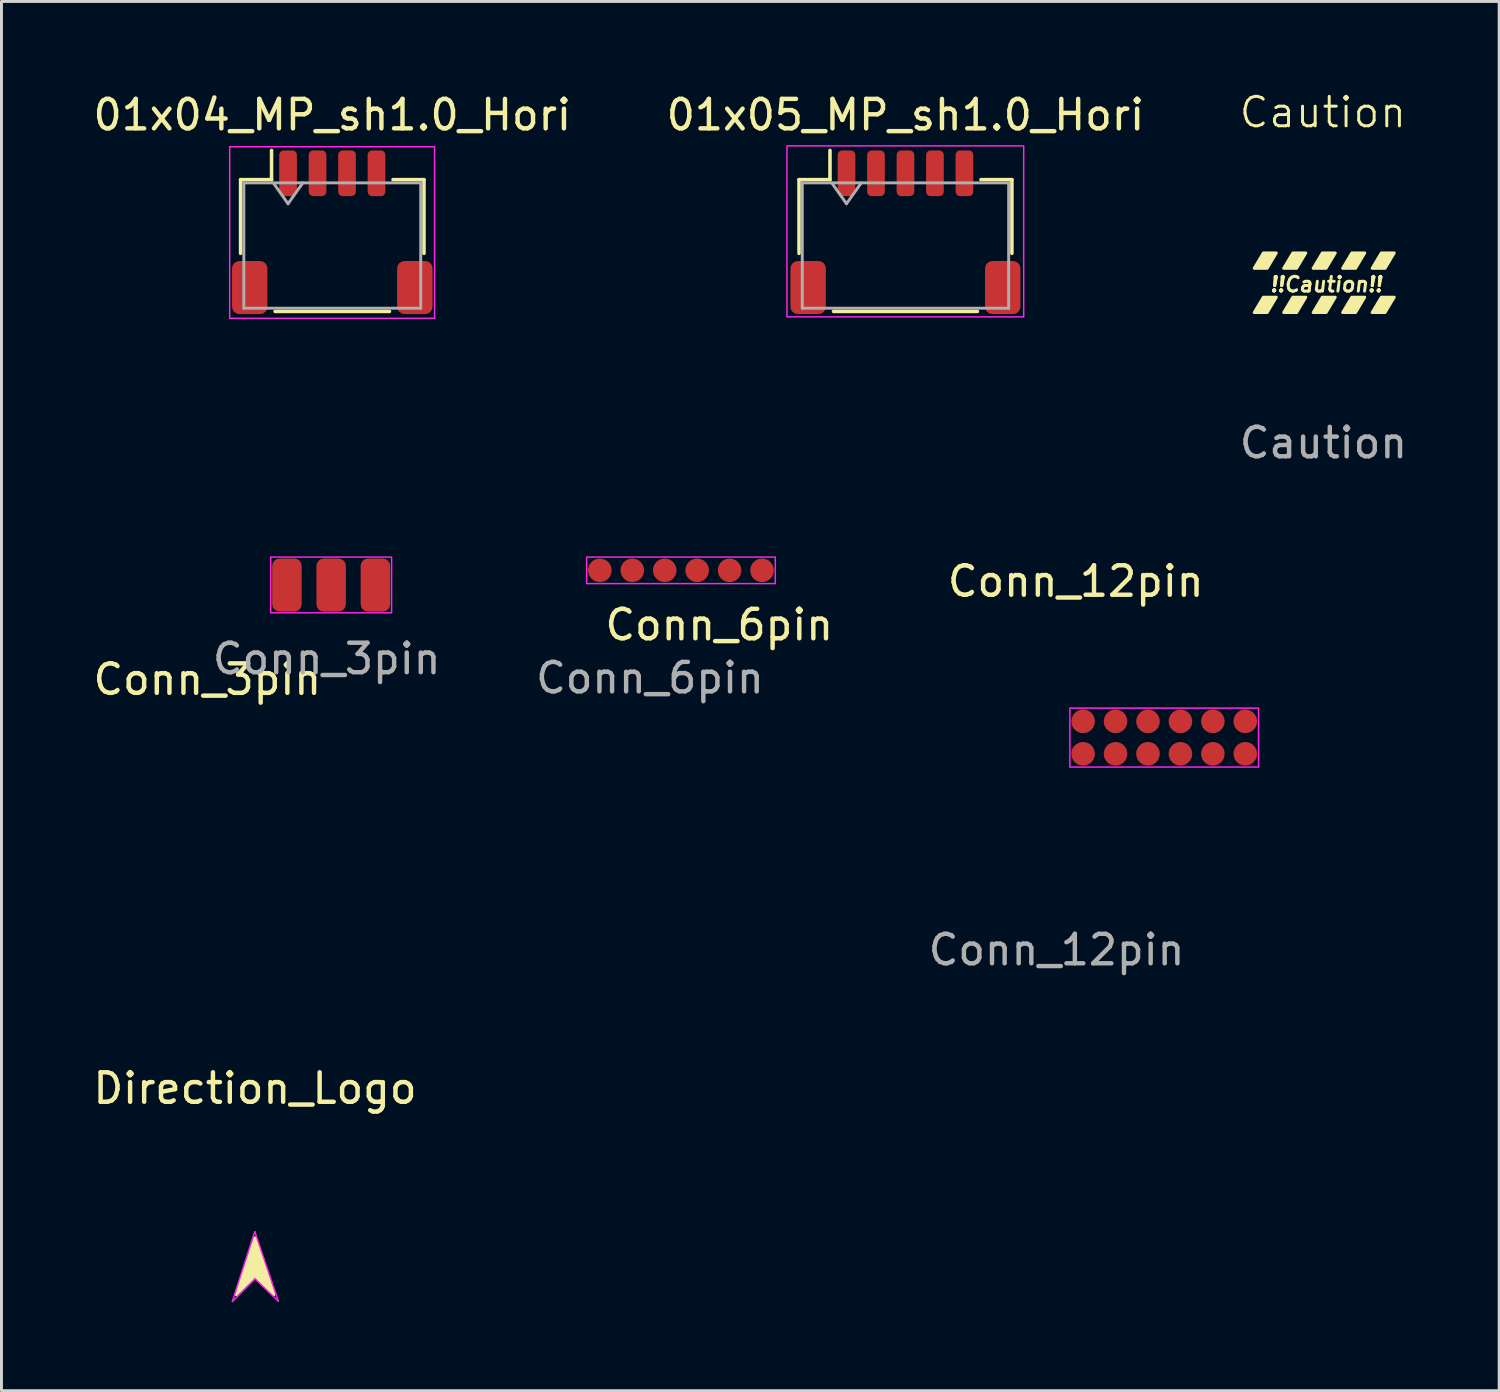
<source format=kicad_pcb>
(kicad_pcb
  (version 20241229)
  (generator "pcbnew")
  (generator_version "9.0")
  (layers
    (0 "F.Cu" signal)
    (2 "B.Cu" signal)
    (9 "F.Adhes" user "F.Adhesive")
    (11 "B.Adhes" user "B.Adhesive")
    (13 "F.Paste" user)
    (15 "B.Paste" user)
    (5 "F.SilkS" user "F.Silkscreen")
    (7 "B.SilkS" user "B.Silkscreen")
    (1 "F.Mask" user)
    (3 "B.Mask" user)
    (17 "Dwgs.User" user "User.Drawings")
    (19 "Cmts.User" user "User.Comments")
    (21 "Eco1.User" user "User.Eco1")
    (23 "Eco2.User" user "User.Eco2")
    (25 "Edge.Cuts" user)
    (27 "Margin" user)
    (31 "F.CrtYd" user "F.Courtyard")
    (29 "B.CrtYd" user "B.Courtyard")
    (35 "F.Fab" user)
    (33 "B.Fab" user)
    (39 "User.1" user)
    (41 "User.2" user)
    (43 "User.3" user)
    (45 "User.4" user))
  (footprint "Conn_6pin"
    (layer "F.Cu")
    (at 20.046 16.294)
    (property "Reference" "Conn_6pin" (at 1.3 1.85 0) (unlocked yes) (layer "F.SilkS") (effects (font (size 1 1) (thickness 0.15))))
    (attr smd)
    (fp_rect (start -3.2 -0.45) (end 3.2 0.45) (stroke (width 0.05) (type solid)) (fill no) (layer "F.CrtYd"))
    (fp_text user "${REFERENCE}" (at -1.05 3.65 0) (unlocked yes) (layer "F.Fab") (effects (font (size 1 1) (thickness 0.15))))
    (pad "1" smd circle (at -2.75 0) (size 0.8 0.8) (layers "F.Cu" "F.Mask" "F.Paste"))
    (pad "2" smd circle (at -1.65 0) (size 0.8 0.8) (layers "F.Cu" "F.Mask" "F.Paste"))
    (pad "3" smd circle (at -0.55 0) (size 0.8 0.8) (layers "F.Cu" "F.Mask" "F.Paste"))
    (pad "4" smd circle (at 0.55 0) (size 0.8 0.8) (layers "F.Cu" "F.Mask" "F.Paste"))
    (pad "5" smd circle (at 1.65 0) (size 0.8 0.8) (layers "F.Cu" "F.Mask" "F.Paste"))
    (pad "6" smd circle (at 2.75 0) (size 0.8 0.8) (layers "F.Cu" "F.Mask" "F.Paste")))
  (footprint "Conn_12pin"
    (layer "F.Cu")
    (at 33.687 21.417)
    (property "Reference" "Conn_12pin" (at -0.25 -4.75 0) (unlocked yes) (layer "F.SilkS") (effects (font (size 1 1) (thickness 0.15))))
    (attr smd)
    (fp_rect (start -0.45 -0.45) (end 5.95 1.55) (stroke (width 0.05) (type solid)) (fill no) (layer "F.CrtYd"))
    (fp_text user "${REFERENCE}" (at -0.9 7.75 0) (unlocked yes) (layer "F.Fab") (effects (font (size 1 1) (thickness 0.15))))
    (pad "1" smd circle (at 0 0) (size 0.8 0.8) (layers "F.Cu" "F.Mask" "F.Paste"))
    (pad "2" smd circle (at 1.1 0) (size 0.8 0.8) (layers "F.Cu" "F.Mask" "F.Paste"))
    (pad "3" smd circle (at 2.2 0) (size 0.8 0.8) (layers "F.Cu" "F.Mask" "F.Paste"))
    (pad "4" smd circle (at 3.3 0) (size 0.8 0.8) (layers "F.Cu" "F.Mask" "F.Paste"))
    (pad "5" smd circle (at 4.4 0) (size 0.8 0.8) (layers "F.Cu" "F.Mask" "F.Paste"))
    (pad "6" smd circle (at 5.5 0) (size 0.8 0.8) (layers "F.Cu" "F.Mask" "F.Paste"))
    (pad "7" smd circle (at 0 1.1) (size 0.8 0.8) (layers "F.Cu" "F.Mask" "F.Paste"))
    (pad "8" smd circle (at 1.1 1.1) (size 0.8 0.8) (layers "F.Cu" "F.Mask" "F.Paste"))
    (pad "9" smd circle (at 2.2 1.1) (size 0.8 0.8) (layers "F.Cu" "F.Mask" "F.Paste"))
    (pad "10" smd circle (at 3.3 1.1) (size 0.8 0.8) (layers "F.Cu" "F.Mask" "F.Paste"))
    (pad "11" smd circle (at 4.4 1.1) (size 0.8 0.8) (layers "F.Cu" "F.Mask" "F.Paste"))
    (pad "12" smd circle (at 5.5 1.1) (size 0.8 0.8) (layers "F.Cu" "F.Mask" "F.Paste")))
  (footprint "01x04_MP_sh1.0_Hori"
    (layer "F.Cu")
    (at 8.22 4.828)
    (property "Reference" "01x04_MP_sh1.0_Hori" (at 0 -3.98 0) (layer "F.SilkS") (effects (font (size 1 1) (thickness 0.15))))
    (attr smd)
    (fp_line (start -3.11 -1.785) (end -2.06 -1.785) (stroke (width 0.12) (type solid)) (layer "F.SilkS"))
    (fp_line (start -3.11 0.715) (end -3.11 -1.785) (stroke (width 0.12) (type solid)) (layer "F.SilkS"))
    (fp_line (start -2.06 -1.785) (end -2.06 -2.775) (stroke (width 0.12) (type solid)) (layer "F.SilkS"))
    (fp_line (start -1.94 2.685) (end 1.94 2.685) (stroke (width 0.12) (type solid)) (layer "F.SilkS"))
    (fp_line (start 3.11 -1.785) (end 2.06 -1.785) (stroke (width 0.12) (type solid)) (layer "F.SilkS"))
    (fp_line (start 3.11 0.715) (end 3.11 -1.785) (stroke (width 0.12) (type solid)) (layer "F.SilkS"))
    (fp_rect (start -3.48 -2.9) (end 3.47 2.92) (stroke (width 0.05) (type default)) (fill no) (layer "F.CrtYd"))
    (fp_line (start -3 -1.675) (end -3 2.575) (stroke (width 0.1) (type solid)) (layer "F.Fab"))
    (fp_line (start -3 -1.675) (end 3 -1.675) (stroke (width 0.1) (type solid)) (layer "F.Fab"))
    (fp_line (start -3 2.575) (end 3 2.575) (stroke (width 0.1) (type solid)) (layer "F.Fab"))
    (fp_line (start -2 -1.675) (end -1.5 -0.968) (stroke (width 0.1) (type solid)) (layer "F.Fab"))
    (fp_line (start -1.5 -0.968) (end -1 -1.675) (stroke (width 0.1) (type solid)) (layer "F.Fab"))
    (fp_line (start 3 -1.675) (end 3 2.575) (stroke (width 0.1) (type solid)) (layer "F.Fab"))
    (pad "1" smd roundrect (at -1.5 -2) (size 0.6 1.55) (layers "F.Cu" "F.Mask" "F.Paste") (roundrect_rratio 0.25))
    (pad "2" smd roundrect (at -0.5 -2) (size 0.6 1.55) (layers "F.Cu" "F.Mask" "F.Paste") (roundrect_rratio 0.25))
    (pad "3" smd roundrect (at 0.5 -2) (size 0.6 1.55) (layers "F.Cu" "F.Mask" "F.Paste") (roundrect_rratio 0.25))
    (pad "4" smd roundrect (at 1.5 -2) (size 0.6 1.55) (layers "F.Cu" "F.Mask" "F.Paste") (roundrect_rratio 0.25))
    (pad "MP" smd roundrect (at -2.8 1.875) (size 1.2 1.8) (layers "F.Cu" "F.Mask" "F.Paste") (roundrect_rratio 0.208))
    (pad "MP" smd roundrect (at 2.8 1.875) (size 1.2 1.8) (layers "F.Cu" "F.Mask" "F.Paste") (roundrect_rratio 0.208)))
  (footprint "Direction_Logo"
    (layer "F.Cu")
    (at 5.601 40.214)
    (property "Reference" "Direction_Logo" (at 0 -6.35 0) (unlocked yes) (layer "F.SilkS") (effects (font (size 1 1) (thickness 0.15))))
    (attr exclude_from_bom allow_missing_courtyard)
    (fp_poly (pts (xy 0.635 0.635) (xy 0 0) (xy -0.635 0.635) (xy 0 -1.27)) (stroke (width 0.12) (type solid)) (fill yes) (layer "F.SilkS"))
    (fp_line (start -0.77 0.88) (end -0.01 -1.49) (stroke (width 0.05) (type solid)) (layer "F.CrtYd"))
    (fp_line (start -0.01 -1.49) (end 0.79 0.87) (stroke (width 0.05) (type solid)) (layer "F.CrtYd"))
    (fp_line (start 0 0.11) (end -0.77 0.88) (stroke (width 0.05) (type solid)) (layer "F.CrtYd"))
    (fp_line (start 0.79 0.87) (end 0 0.11) (stroke (width 0.05) (type solid)) (layer "F.CrtYd")))
  (footprint "Caution"
    (layer "F.Cu")
    (at 41.759 6.59)
    (property "Reference" "Caution" (at 0.06 -5.83 0) (unlocked yes) (layer "F.SilkS") (effects (font (size 1 1) (thickness 0.1))))
    (fp_poly (pts (xy -1.83 -0.54) (xy -2.27 -0.54) (xy -1.96 -1.06) (xy -1.52 -1.06)) (stroke (width 0.1) (type solid)) (fill yes) (layer "F.SilkS"))
    (fp_poly (pts (xy -1.83 0.96) (xy -2.27 0.96) (xy -1.96 0.44) (xy -1.52 0.44)) (stroke (width 0.1) (type solid)) (fill yes) (layer "F.SilkS"))
    (fp_poly (pts (xy -0.83 -0.54) (xy -1.27 -0.54) (xy -0.96 -1.06) (xy -0.52 -1.06)) (stroke (width 0.1) (type solid)) (fill yes) (layer "F.SilkS"))
    (fp_poly (pts (xy -0.83 0.96) (xy -1.27 0.96) (xy -0.96 0.44) (xy -0.52 0.44)) (stroke (width 0.1) (type solid)) (fill yes) (layer "F.SilkS"))
    (fp_poly (pts (xy 0.17 -0.54) (xy -0.27 -0.54) (xy 0.04 -1.06) (xy 0.48 -1.06)) (stroke (width 0.1) (type solid)) (fill yes) (layer "F.SilkS"))
    (fp_poly (pts (xy 0.17 0.96) (xy -0.27 0.96) (xy 0.04 0.44) (xy 0.48 0.44)) (stroke (width 0.1) (type solid)) (fill yes) (layer "F.SilkS"))
    (fp_poly (pts (xy 1.17 -0.54) (xy 0.73 -0.54) (xy 1.04 -1.06) (xy 1.48 -1.06)) (stroke (width 0.1) (type solid)) (fill yes) (layer "F.SilkS"))
    (fp_poly (pts (xy 1.17 0.96) (xy 0.73 0.96) (xy 1.04 0.44) (xy 1.48 0.44)) (stroke (width 0.1) (type solid)) (fill yes) (layer "F.SilkS"))
    (fp_poly (pts (xy 2.17 -0.54) (xy 1.73 -0.54) (xy 2.04 -1.06) (xy 2.48 -1.06)) (stroke (width 0.1) (type solid)) (fill yes) (layer "F.SilkS"))
    (fp_poly (pts (xy 2.17 0.96) (xy 1.73 0.96) (xy 2.04 0.44) (xy 2.48 0.44)) (stroke (width 0.1) (type solid)) (fill yes) (layer "F.SilkS"))
    (fp_text user "!!Caution!!" (at -1.78 0.3 0) (unlocked yes) (layer "F.SilkS") (effects (font (size 0.5 0.5) (thickness 0.1) (bold yes) (italic yes)) (justify left bottom)))
    (fp_text user "${REFERENCE}" (at 0.08 5.38 0) (unlocked yes) (layer "F.Fab") (effects (font (size 1 1) (thickness 0.15)))))
  (footprint "Conn_3pin"
    (layer "F.Cu")
    (at 8.032 16.794)
    (property "Reference" "Conn_3pin" (at -4.05 3.2 0) (unlocked yes) (layer "F.SilkS") (effects (font (size 1 1) (thickness 0.15))))
    (attr smd exclude_from_bom)
    (fp_rect (start -1.9 -0.95) (end 2.2 0.94) (stroke (width 0.05) (type solid)) (fill no) (layer "F.CrtYd"))
    (fp_text user "${REFERENCE}" (at 0 2.5 0) (unlocked yes) (layer "F.Fab") (effects (font (size 1 1) (thickness 0.15))))
    (pad "1" smd roundrect (at -1.35 0) (size 1 1.8) (layers "F.Cu" "F.Mask" "F.Paste") (roundrect_rratio 0.25))
    (pad "2" smd roundrect (at 0.15 0) (size 1 1.8) (layers "F.Cu" "F.Mask" "F.Paste") (roundrect_rratio 0.25))
    (pad "3" smd roundrect (at 1.65 0) (size 1 1.8) (layers "F.Cu" "F.Mask" "F.Paste") (roundrect_rratio 0.25)))
  (footprint "01x05_MP_sh1.0_Hori"
    (layer "F.Cu")
    (at 27.661 4.828)
    (property "Reference" "01x05_MP_sh1.0_Hori" (at 0 -3.98 0) (layer "F.SilkS") (effects (font (size 1 1) (thickness 0.15))))
    (attr smd)
    (fp_line (start -3.61 -1.785) (end -2.56 -1.785) (stroke (width 0.12) (type solid)) (layer "F.SilkS"))
    (fp_line (start -3.61 0.715) (end -3.61 -1.785) (stroke (width 0.12) (type solid)) (layer "F.SilkS"))
    (fp_line (start -2.56 -1.785) (end -2.56 -2.775) (stroke (width 0.12) (type solid)) (layer "F.SilkS"))
    (fp_line (start -2.44 2.685) (end 2.44 2.685) (stroke (width 0.12) (type solid)) (layer "F.SilkS"))
    (fp_line (start 3.61 -1.785) (end 2.56 -1.785) (stroke (width 0.12) (type solid)) (layer "F.SilkS"))
    (fp_line (start 3.61 0.715) (end 3.61 -1.785) (stroke (width 0.12) (type solid)) (layer "F.SilkS"))
    (fp_rect (start -4.02 -2.93) (end 4.01 2.87) (stroke (width 0.05) (type default)) (fill no) (layer "F.CrtYd"))
    (fp_line (start -3.5 -1.675) (end -3.5 2.575) (stroke (width 0.1) (type solid)) (layer "F.Fab"))
    (fp_line (start -3.5 -1.675) (end 3.5 -1.675) (stroke (width 0.1) (type solid)) (layer "F.Fab"))
    (fp_line (start -3.5 2.575) (end 3.5 2.575) (stroke (width 0.1) (type solid)) (layer "F.Fab"))
    (fp_line (start -2.5 -1.675) (end -2 -0.968) (stroke (width 0.1) (type solid)) (layer "F.Fab"))
    (fp_line (start -2 -0.968) (end -1.5 -1.675) (stroke (width 0.1) (type solid)) (layer "F.Fab"))
    (fp_line (start 3.5 -1.675) (end 3.5 2.575) (stroke (width 0.1) (type solid)) (layer "F.Fab"))
    (pad "1" smd roundrect (at -2 -2) (size 0.6 1.55) (layers "F.Cu" "F.Mask" "F.Paste") (roundrect_rratio 0.25))
    (pad "2" smd roundrect (at -1 -2) (size 0.6 1.55) (layers "F.Cu" "F.Mask" "F.Paste") (roundrect_rratio 0.25))
    (pad "3" smd roundrect (at 0 -2) (size 0.6 1.55) (layers "F.Cu" "F.Mask" "F.Paste") (roundrect_rratio 0.25))
    (pad "4" smd roundrect (at 1 -2) (size 0.6 1.55) (layers "F.Cu" "F.Mask" "F.Paste") (roundrect_rratio 0.25))
    (pad "5" smd roundrect (at 2 -2) (size 0.6 1.55) (layers "F.Cu" "F.Mask" "F.Paste") (roundrect_rratio 0.25))
    (pad "MP" smd roundrect (at -3.3 1.875) (size 1.2 1.8) (layers "F.Cu" "F.Mask" "F.Paste") (roundrect_rratio 0.208))
    (pad "MP" smd roundrect (at 3.3 1.875) (size 1.2 1.8) (layers "F.Cu" "F.Mask" "F.Paste") (roundrect_rratio 0.208)))
  (gr_rect
    (start -3 -3)
    (end 47.798 44.118)
    (stroke (width 0.1) (type default))
    (fill no)
    (layer "Edge.Cuts")))
</source>
